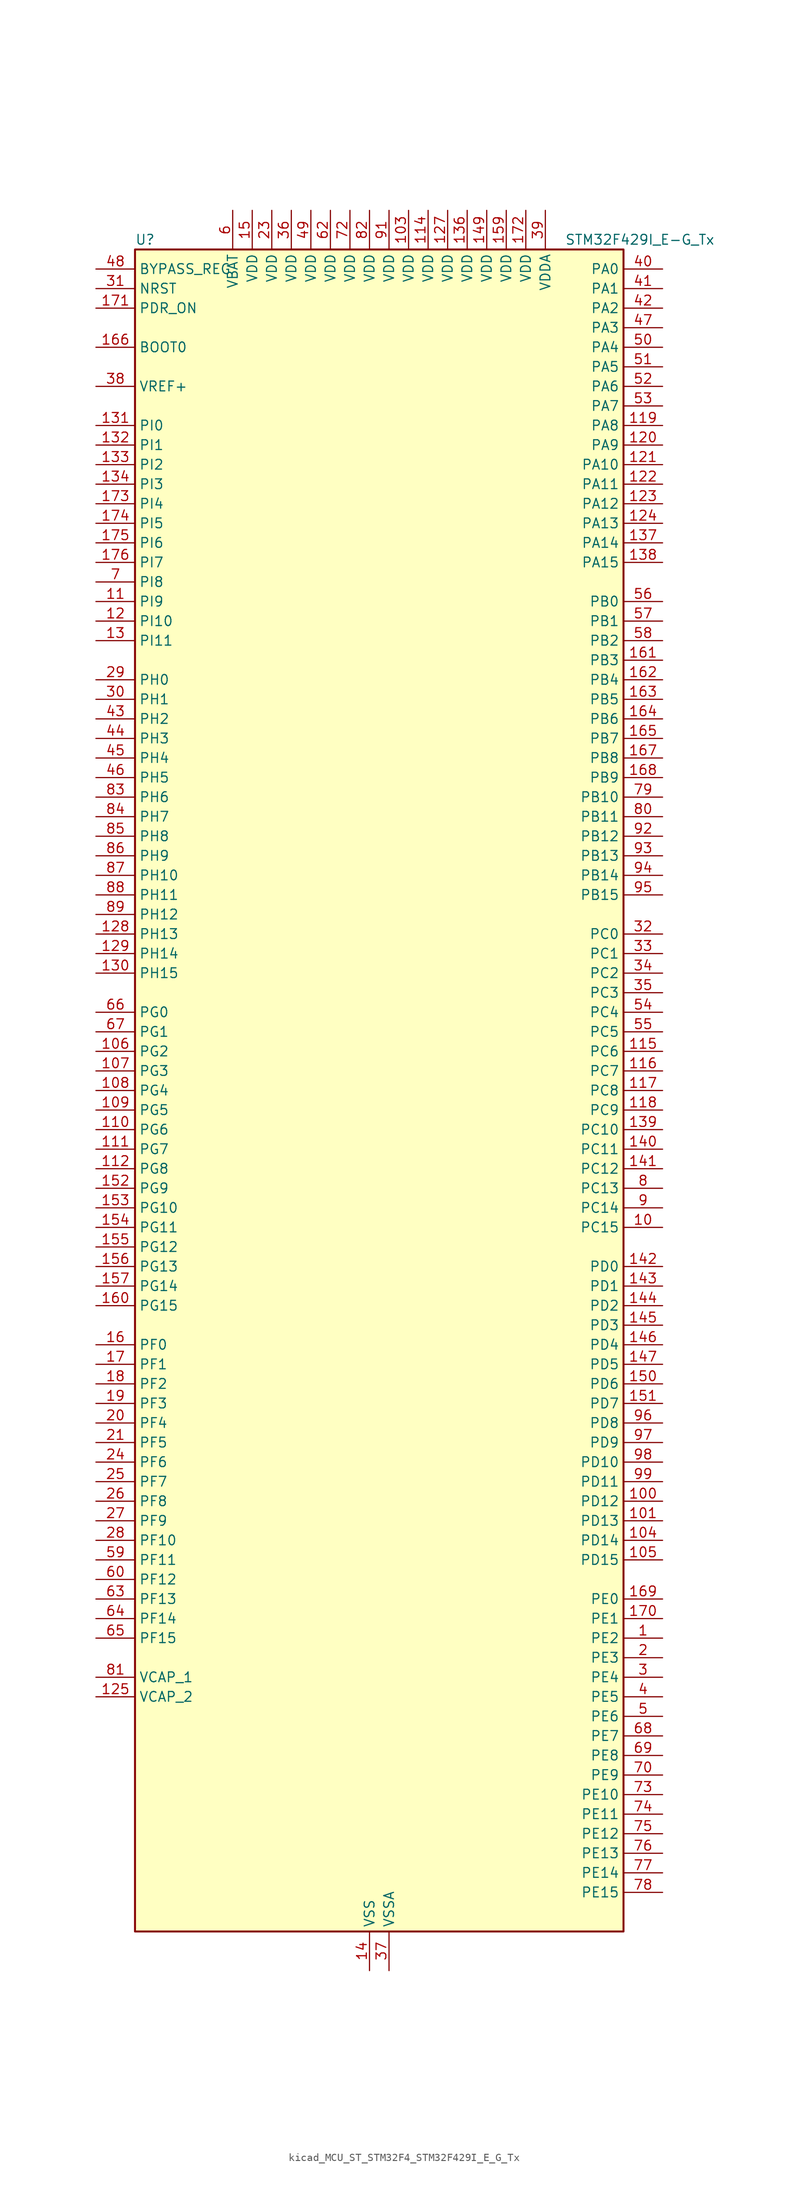
<source format=kicad_sym>
(kicad_symbol_lib
  (version 20220914)
  (generator kicad_symbol_editor)
  (symbol "kicad_MCU_ST_STM32F4_STM32F429I_E_G_Tx"
    (property "Reference" "U"
      (at -30.48 110.49 0)
      (effects (font (size 1.27 1.27)) (justify left)))
    (property "Value" "STM32F429I_E-G_Tx"
      (at 25.4 110.49 0)
      (effects (font (size 1.27 1.27)) (justify left)))
    (property "ki_locked" ""
      (at 0 0 0)
      (effects (font (size 1.27 1.27))))
    (symbol "kicad_MCU_ST_STM32F4_STM32F429I_E_G_Tx_0_1"
      (rectangle (start -30.48 -109.22) (end 33.02 109.22) (stroke (width 0.254) (type default)) (fill (type background))))
    (symbol "kicad_MCU_ST_STM32F4_STM32F429I_E_G_Tx_1_1"
      (pin bidirectional line (at 38.1 -71.12 180) (length 5.08) (name "PE2" (effects (font (size 1.27 1.27)))) (number "1" (effects (font (size 1.27 1.27)))) (alternate "ETH_TXD3" bidirectional line) (alternate "FMC_A23" bidirectional line) (alternate "SAI1_MCLK_A" bidirectional line) (alternate "SPI4_SCK" bidirectional line) (alternate "SYS_TRACECLK" bidirectional line))
      (pin bidirectional line (at 38.1 -17.78 180) (length 5.08) (name "PC15" (effects (font (size 1.27 1.27)))) (number "10" (effects (font (size 1.27 1.27)))) (alternate "ADC1_EXTI15" bidirectional line) (alternate "ADC2_EXTI15" bidirectional line) (alternate "ADC3_EXTI15" bidirectional line) (alternate "RCC_OSC32_OUT" bidirectional line))
      (pin bidirectional line (at 38.1 -53.34 180) (length 5.08) (name "PD12" (effects (font (size 1.27 1.27)))) (number "100" (effects (font (size 1.27 1.27)))) (alternate "FMC_A17" bidirectional line) (alternate "FMC_ALE" bidirectional line) (alternate "TIM4_CH1" bidirectional line) (alternate "USART3_RTS" bidirectional line))
      (pin bidirectional line (at 38.1 -55.88 180) (length 5.08) (name "PD13" (effects (font (size 1.27 1.27)))) (number "101" (effects (font (size 1.27 1.27)))) (alternate "FMC_A18" bidirectional line) (alternate "TIM4_CH2" bidirectional line))
      (pin passive line (at 0 -114.3 90) (length 5.08) hide (name "VSS" (effects (font (size 1.27 1.27)))) (number "102" (effects (font (size 1.27 1.27)))))
      (pin power_in line (at 5.08 114.3 270) (length 5.08) (name "VDD" (effects (font (size 1.27 1.27)))) (number "103" (effects (font (size 1.27 1.27)))))
      (pin bidirectional line (at 38.1 -58.42 180) (length 5.08) (name "PD14" (effects (font (size 1.27 1.27)))) (number "104" (effects (font (size 1.27 1.27)))) (alternate "FMC_D0" bidirectional line) (alternate "FMC_DA0" bidirectional line) (alternate "TIM4_CH3" bidirectional line))
      (pin bidirectional line (at 38.1 -60.96 180) (length 5.08) (name "PD15" (effects (font (size 1.27 1.27)))) (number "105" (effects (font (size 1.27 1.27)))) (alternate "ADC1_EXTI15" bidirectional line) (alternate "ADC2_EXTI15" bidirectional line) (alternate "ADC3_EXTI15" bidirectional line) (alternate "FMC_D1" bidirectional line) (alternate "FMC_DA1" bidirectional line) (alternate "TIM4_CH4" bidirectional line))
      (pin bidirectional line (at -35.56 5.08 0) (length 5.08) (name "PG2" (effects (font (size 1.27 1.27)))) (number "106" (effects (font (size 1.27 1.27)))) (alternate "FMC_A12" bidirectional line))
      (pin bidirectional line (at -35.56 2.54 0) (length 5.08) (name "PG3" (effects (font (size 1.27 1.27)))) (number "107" (effects (font (size 1.27 1.27)))) (alternate "FMC_A13" bidirectional line))
      (pin bidirectional line (at -35.56 0 0) (length 5.08) (name "PG4" (effects (font (size 1.27 1.27)))) (number "108" (effects (font (size 1.27 1.27)))) (alternate "FMC_A14" bidirectional line) (alternate "FMC_BA0" bidirectional line))
      (pin bidirectional line (at -35.56 -2.54 0) (length 5.08) (name "PG5" (effects (font (size 1.27 1.27)))) (number "109" (effects (font (size 1.27 1.27)))) (alternate "FMC_A15" bidirectional line) (alternate "FMC_BA1" bidirectional line))
      (pin bidirectional line (at -35.56 63.5 0) (length 5.08) (name "PI9" (effects (font (size 1.27 1.27)))) (number "11" (effects (font (size 1.27 1.27)))) (alternate "CAN1_RX" bidirectional line) (alternate "DAC_EXTI9" bidirectional line) (alternate "FMC_D30" bidirectional line) (alternate "LTDC_VSYNC" bidirectional line))
      (pin bidirectional line (at -35.56 -5.08 0) (length 5.08) (name "PG6" (effects (font (size 1.27 1.27)))) (number "110" (effects (font (size 1.27 1.27)))) (alternate "DCMI_D12" bidirectional line) (alternate "FMC_INT2" bidirectional line) (alternate "LTDC_R7" bidirectional line))
      (pin bidirectional line (at -35.56 -7.62 0) (length 5.08) (name "PG7" (effects (font (size 1.27 1.27)))) (number "111" (effects (font (size 1.27 1.27)))) (alternate "DCMI_D13" bidirectional line) (alternate "FMC_INT3" bidirectional line) (alternate "LTDC_CLK" bidirectional line) (alternate "USART6_CK" bidirectional line))
      (pin bidirectional line (at -35.56 -10.16 0) (length 5.08) (name "PG8" (effects (font (size 1.27 1.27)))) (number "112" (effects (font (size 1.27 1.27)))) (alternate "ETH_PPS_OUT" bidirectional line) (alternate "FMC_SDCLK" bidirectional line) (alternate "SPI6_NSS" bidirectional line) (alternate "USART6_RTS" bidirectional line))
      (pin passive line (at 0 -114.3 90) (length 5.08) hide (name "VSS" (effects (font (size 1.27 1.27)))) (number "113" (effects (font (size 1.27 1.27)))))
      (pin power_in line (at 7.62 114.3 270) (length 5.08) (name "VDD" (effects (font (size 1.27 1.27)))) (number "114" (effects (font (size 1.27 1.27)))))
      (pin bidirectional line (at 38.1 5.08 180) (length 5.08) (name "PC6" (effects (font (size 1.27 1.27)))) (number "115" (effects (font (size 1.27 1.27)))) (alternate "DCMI_D0" bidirectional line) (alternate "I2S2_MCK" bidirectional line) (alternate "LTDC_HSYNC" bidirectional line) (alternate "SDIO_D6" bidirectional line) (alternate "TIM3_CH1" bidirectional line) (alternate "TIM8_CH1" bidirectional line) (alternate "USART6_TX" bidirectional line))
      (pin bidirectional line (at 38.1 2.54 180) (length 5.08) (name "PC7" (effects (font (size 1.27 1.27)))) (number "116" (effects (font (size 1.27 1.27)))) (alternate "DCMI_D1" bidirectional line) (alternate "I2S3_MCK" bidirectional line) (alternate "LTDC_G6" bidirectional line) (alternate "SDIO_D7" bidirectional line) (alternate "TIM3_CH2" bidirectional line) (alternate "TIM8_CH2" bidirectional line) (alternate "USART6_RX" bidirectional line))
      (pin bidirectional line (at 38.1 0 180) (length 5.08) (name "PC8" (effects (font (size 1.27 1.27)))) (number "117" (effects (font (size 1.27 1.27)))) (alternate "DCMI_D2" bidirectional line) (alternate "SDIO_D0" bidirectional line) (alternate "TIM3_CH3" bidirectional line) (alternate "TIM8_CH3" bidirectional line) (alternate "USART6_CK" bidirectional line))
      (pin bidirectional line (at 38.1 -2.54 180) (length 5.08) (name "PC9" (effects (font (size 1.27 1.27)))) (number "118" (effects (font (size 1.27 1.27)))) (alternate "DAC_EXTI9" bidirectional line) (alternate "DCMI_D3" bidirectional line) (alternate "I2C3_SDA" bidirectional line) (alternate "I2S_CKIN" bidirectional line) (alternate "RCC_MCO_2" bidirectional line) (alternate "SDIO_D1" bidirectional line) (alternate "TIM3_CH4" bidirectional line) (alternate "TIM8_CH4" bidirectional line))
      (pin bidirectional line (at 38.1 86.36 180) (length 5.08) (name "PA8" (effects (font (size 1.27 1.27)))) (number "119" (effects (font (size 1.27 1.27)))) (alternate "I2C3_SCL" bidirectional line) (alternate "LTDC_R6" bidirectional line) (alternate "RCC_MCO_1" bidirectional line) (alternate "TIM1_CH1" bidirectional line) (alternate "USART1_CK" bidirectional line) (alternate "USB_OTG_FS_SOF" bidirectional line))
      (pin bidirectional line (at -35.56 60.96 0) (length 5.08) (name "PI10" (effects (font (size 1.27 1.27)))) (number "12" (effects (font (size 1.27 1.27)))) (alternate "ETH_RX_ER" bidirectional line) (alternate "FMC_D31" bidirectional line) (alternate "LTDC_HSYNC" bidirectional line))
      (pin bidirectional line (at 38.1 83.82 180) (length 5.08) (name "PA9" (effects (font (size 1.27 1.27)))) (number "120" (effects (font (size 1.27 1.27)))) (alternate "DAC_EXTI9" bidirectional line) (alternate "DCMI_D0" bidirectional line) (alternate "I2C3_SMBA" bidirectional line) (alternate "TIM1_CH2" bidirectional line) (alternate "USART1_TX" bidirectional line) (alternate "USB_OTG_FS_VBUS" bidirectional line))
      (pin bidirectional line (at 38.1 81.28 180) (length 5.08) (name "PA10" (effects (font (size 1.27 1.27)))) (number "121" (effects (font (size 1.27 1.27)))) (alternate "DCMI_D1" bidirectional line) (alternate "TIM1_CH3" bidirectional line) (alternate "USART1_RX" bidirectional line) (alternate "USB_OTG_FS_ID" bidirectional line))
      (pin bidirectional line (at 38.1 78.74 180) (length 5.08) (name "PA11" (effects (font (size 1.27 1.27)))) (number "122" (effects (font (size 1.27 1.27)))) (alternate "ADC1_EXTI11" bidirectional line) (alternate "ADC2_EXTI11" bidirectional line) (alternate "ADC3_EXTI11" bidirectional line) (alternate "CAN1_RX" bidirectional line) (alternate "LTDC_R4" bidirectional line) (alternate "TIM1_CH4" bidirectional line) (alternate "USART1_CTS" bidirectional line) (alternate "USB_OTG_FS_DM" bidirectional line))
      (pin bidirectional line (at 38.1 76.2 180) (length 5.08) (name "PA12" (effects (font (size 1.27 1.27)))) (number "123" (effects (font (size 1.27 1.27)))) (alternate "CAN1_TX" bidirectional line) (alternate "LTDC_R5" bidirectional line) (alternate "TIM1_ETR" bidirectional line) (alternate "USART1_RTS" bidirectional line) (alternate "USB_OTG_FS_DP" bidirectional line))
      (pin bidirectional line (at 38.1 73.66 180) (length 5.08) (name "PA13" (effects (font (size 1.27 1.27)))) (number "124" (effects (font (size 1.27 1.27)))) (alternate "SYS_JTMS-SWDIO" bidirectional line))
      (pin power_out line (at -35.56 -78.74 0) (length 5.08) (name "VCAP_2" (effects (font (size 1.27 1.27)))) (number "125" (effects (font (size 1.27 1.27)))))
      (pin passive line (at 0 -114.3 90) (length 5.08) hide (name "VSS" (effects (font (size 1.27 1.27)))) (number "126" (effects (font (size 1.27 1.27)))))
      (pin power_in line (at 10.16 114.3 270) (length 5.08) (name "VDD" (effects (font (size 1.27 1.27)))) (number "127" (effects (font (size 1.27 1.27)))))
      (pin bidirectional line (at -35.56 20.32 0) (length 5.08) (name "PH13" (effects (font (size 1.27 1.27)))) (number "128" (effects (font (size 1.27 1.27)))) (alternate "CAN1_TX" bidirectional line) (alternate "FMC_D21" bidirectional line) (alternate "LTDC_G2" bidirectional line) (alternate "TIM8_CH1N" bidirectional line))
      (pin bidirectional line (at -35.56 17.78 0) (length 5.08) (name "PH14" (effects (font (size 1.27 1.27)))) (number "129" (effects (font (size 1.27 1.27)))) (alternate "DCMI_D4" bidirectional line) (alternate "FMC_D22" bidirectional line) (alternate "LTDC_G3" bidirectional line) (alternate "TIM8_CH2N" bidirectional line))
      (pin bidirectional line (at -35.56 58.42 0) (length 5.08) (name "PI11" (effects (font (size 1.27 1.27)))) (number "13" (effects (font (size 1.27 1.27)))) (alternate "ADC1_EXTI11" bidirectional line) (alternate "ADC2_EXTI11" bidirectional line) (alternate "ADC3_EXTI11" bidirectional line) (alternate "USB_OTG_HS_ULPI_DIR" bidirectional line))
      (pin bidirectional line (at -35.56 15.24 0) (length 5.08) (name "PH15" (effects (font (size 1.27 1.27)))) (number "130" (effects (font (size 1.27 1.27)))) (alternate "ADC1_EXTI15" bidirectional line) (alternate "ADC2_EXTI15" bidirectional line) (alternate "ADC3_EXTI15" bidirectional line) (alternate "DCMI_D11" bidirectional line) (alternate "FMC_D23" bidirectional line) (alternate "LTDC_G4" bidirectional line) (alternate "TIM8_CH3N" bidirectional line))
      (pin bidirectional line (at -35.56 86.36 0) (length 5.08) (name "PI0" (effects (font (size 1.27 1.27)))) (number "131" (effects (font (size 1.27 1.27)))) (alternate "DCMI_D13" bidirectional line) (alternate "FMC_D24" bidirectional line) (alternate "I2S2_WS" bidirectional line) (alternate "LTDC_G5" bidirectional line) (alternate "SPI2_NSS" bidirectional line) (alternate "TIM5_CH4" bidirectional line))
      (pin bidirectional line (at -35.56 83.82 0) (length 5.08) (name "PI1" (effects (font (size 1.27 1.27)))) (number "132" (effects (font (size 1.27 1.27)))) (alternate "DCMI_D8" bidirectional line) (alternate "FMC_D25" bidirectional line) (alternate "I2S2_CK" bidirectional line) (alternate "LTDC_G6" bidirectional line) (alternate "SPI2_SCK" bidirectional line))
      (pin bidirectional line (at -35.56 81.28 0) (length 5.08) (name "PI2" (effects (font (size 1.27 1.27)))) (number "133" (effects (font (size 1.27 1.27)))) (alternate "DCMI_D9" bidirectional line) (alternate "FMC_D26" bidirectional line) (alternate "I2S2_ext_SD" bidirectional line) (alternate "LTDC_G7" bidirectional line) (alternate "SPI2_MISO" bidirectional line) (alternate "TIM8_CH4" bidirectional line))
      (pin bidirectional line (at -35.56 78.74 0) (length 5.08) (name "PI3" (effects (font (size 1.27 1.27)))) (number "134" (effects (font (size 1.27 1.27)))) (alternate "DCMI_D10" bidirectional line) (alternate "FMC_D27" bidirectional line) (alternate "I2S2_SD" bidirectional line) (alternate "SPI2_MOSI" bidirectional line) (alternate "TIM8_ETR" bidirectional line))
      (pin passive line (at 0 -114.3 90) (length 5.08) hide (name "VSS" (effects (font (size 1.27 1.27)))) (number "135" (effects (font (size 1.27 1.27)))))
      (pin power_in line (at 12.7 114.3 270) (length 5.08) (name "VDD" (effects (font (size 1.27 1.27)))) (number "136" (effects (font (size 1.27 1.27)))))
      (pin bidirectional line (at 38.1 71.12 180) (length 5.08) (name "PA14" (effects (font (size 1.27 1.27)))) (number "137" (effects (font (size 1.27 1.27)))) (alternate "SYS_JTCK-SWCLK" bidirectional line))
      (pin bidirectional line (at 38.1 68.58 180) (length 5.08) (name "PA15" (effects (font (size 1.27 1.27)))) (number "138" (effects (font (size 1.27 1.27)))) (alternate "ADC1_EXTI15" bidirectional line) (alternate "ADC2_EXTI15" bidirectional line) (alternate "ADC3_EXTI15" bidirectional line) (alternate "I2S3_WS" bidirectional line) (alternate "SPI1_NSS" bidirectional line) (alternate "SPI3_NSS" bidirectional line) (alternate "SYS_JTDI" bidirectional line) (alternate "TIM2_CH1" bidirectional line) (alternate "TIM2_ETR" bidirectional line))
      (pin bidirectional line (at 38.1 -5.08 180) (length 5.08) (name "PC10" (effects (font (size 1.27 1.27)))) (number "139" (effects (font (size 1.27 1.27)))) (alternate "DCMI_D8" bidirectional line) (alternate "I2S3_CK" bidirectional line) (alternate "LTDC_R2" bidirectional line) (alternate "SDIO_D2" bidirectional line) (alternate "SPI3_SCK" bidirectional line) (alternate "UART4_TX" bidirectional line) (alternate "USART3_TX" bidirectional line))
      (pin power_in line (at 0 -114.3 90) (length 5.08) (name "VSS" (effects (font (size 1.27 1.27)))) (number "14" (effects (font (size 1.27 1.27)))))
      (pin bidirectional line (at 38.1 -7.62 180) (length 5.08) (name "PC11" (effects (font (size 1.27 1.27)))) (number "140" (effects (font (size 1.27 1.27)))) (alternate "ADC1_EXTI11" bidirectional line) (alternate "ADC2_EXTI11" bidirectional line) (alternate "ADC3_EXTI11" bidirectional line) (alternate "DCMI_D4" bidirectional line) (alternate "I2S3_ext_SD" bidirectional line) (alternate "SDIO_D3" bidirectional line) (alternate "SPI3_MISO" bidirectional line) (alternate "UART4_RX" bidirectional line) (alternate "USART3_RX" bidirectional line))
      (pin bidirectional line (at 38.1 -10.16 180) (length 5.08) (name "PC12" (effects (font (size 1.27 1.27)))) (number "141" (effects (font (size 1.27 1.27)))) (alternate "DCMI_D9" bidirectional line) (alternate "I2S3_SD" bidirectional line) (alternate "SDIO_CK" bidirectional line) (alternate "SPI3_MOSI" bidirectional line) (alternate "UART5_TX" bidirectional line) (alternate "USART3_CK" bidirectional line))
      (pin bidirectional line (at 38.1 -22.86 180) (length 5.08) (name "PD0" (effects (font (size 1.27 1.27)))) (number "142" (effects (font (size 1.27 1.27)))) (alternate "CAN1_RX" bidirectional line) (alternate "FMC_D2" bidirectional line) (alternate "FMC_DA2" bidirectional line))
      (pin bidirectional line (at 38.1 -25.4 180) (length 5.08) (name "PD1" (effects (font (size 1.27 1.27)))) (number "143" (effects (font (size 1.27 1.27)))) (alternate "CAN1_TX" bidirectional line) (alternate "FMC_D3" bidirectional line) (alternate "FMC_DA3" bidirectional line))
      (pin bidirectional line (at 38.1 -27.94 180) (length 5.08) (name "PD2" (effects (font (size 1.27 1.27)))) (number "144" (effects (font (size 1.27 1.27)))) (alternate "DCMI_D11" bidirectional line) (alternate "SDIO_CMD" bidirectional line) (alternate "TIM3_ETR" bidirectional line) (alternate "UART5_RX" bidirectional line))
      (pin bidirectional line (at 38.1 -30.48 180) (length 5.08) (name "PD3" (effects (font (size 1.27 1.27)))) (number "145" (effects (font (size 1.27 1.27)))) (alternate "DCMI_D5" bidirectional line) (alternate "FMC_CLK" bidirectional line) (alternate "I2S2_CK" bidirectional line) (alternate "LTDC_G7" bidirectional line) (alternate "SPI2_SCK" bidirectional line) (alternate "USART2_CTS" bidirectional line))
      (pin bidirectional line (at 38.1 -33.02 180) (length 5.08) (name "PD4" (effects (font (size 1.27 1.27)))) (number "146" (effects (font (size 1.27 1.27)))) (alternate "FMC_NOE" bidirectional line) (alternate "USART2_RTS" bidirectional line))
      (pin bidirectional line (at 38.1 -35.56 180) (length 5.08) (name "PD5" (effects (font (size 1.27 1.27)))) (number "147" (effects (font (size 1.27 1.27)))) (alternate "FMC_NWE" bidirectional line) (alternate "USART2_TX" bidirectional line))
      (pin passive line (at 0 -114.3 90) (length 5.08) hide (name "VSS" (effects (font (size 1.27 1.27)))) (number "148" (effects (font (size 1.27 1.27)))))
      (pin power_in line (at 15.24 114.3 270) (length 5.08) (name "VDD" (effects (font (size 1.27 1.27)))) (number "149" (effects (font (size 1.27 1.27)))))
      (pin power_in line (at -15.24 114.3 270) (length 5.08) (name "VDD" (effects (font (size 1.27 1.27)))) (number "15" (effects (font (size 1.27 1.27)))))
      (pin bidirectional line (at 38.1 -38.1 180) (length 5.08) (name "PD6" (effects (font (size 1.27 1.27)))) (number "150" (effects (font (size 1.27 1.27)))) (alternate "DCMI_D10" bidirectional line) (alternate "FMC_NWAIT" bidirectional line) (alternate "I2S3_SD" bidirectional line) (alternate "LTDC_B2" bidirectional line) (alternate "SAI1_SD_A" bidirectional line) (alternate "SPI3_MOSI" bidirectional line) (alternate "USART2_RX" bidirectional line))
      (pin bidirectional line (at 38.1 -40.64 180) (length 5.08) (name "PD7" (effects (font (size 1.27 1.27)))) (number "151" (effects (font (size 1.27 1.27)))) (alternate "FMC_NCE2" bidirectional line) (alternate "FMC_NE1" bidirectional line) (alternate "USART2_CK" bidirectional line))
      (pin bidirectional line (at -35.56 -12.7 0) (length 5.08) (name "PG9" (effects (font (size 1.27 1.27)))) (number "152" (effects (font (size 1.27 1.27)))) (alternate "DAC_EXTI9" bidirectional line) (alternate "DCMI_VSYNC" bidirectional line) (alternate "FMC_NCE3" bidirectional line) (alternate "FMC_NE2" bidirectional line) (alternate "USART6_RX" bidirectional line))
      (pin bidirectional line (at -35.56 -15.24 0) (length 5.08) (name "PG10" (effects (font (size 1.27 1.27)))) (number "153" (effects (font (size 1.27 1.27)))) (alternate "DCMI_D2" bidirectional line) (alternate "FMC_NCE4_1" bidirectional line) (alternate "FMC_NE3" bidirectional line) (alternate "LTDC_B2" bidirectional line) (alternate "LTDC_G3" bidirectional line))
      (pin bidirectional line (at -35.56 -17.78 0) (length 5.08) (name "PG11" (effects (font (size 1.27 1.27)))) (number "154" (effects (font (size 1.27 1.27)))) (alternate "ADC1_EXTI11" bidirectional line) (alternate "ADC2_EXTI11" bidirectional line) (alternate "ADC3_EXTI11" bidirectional line) (alternate "DCMI_D3" bidirectional line) (alternate "ETH_TX_EN" bidirectional line) (alternate "FMC_NCE4_2" bidirectional line) (alternate "LTDC_B3" bidirectional line))
      (pin bidirectional line (at -35.56 -20.32 0) (length 5.08) (name "PG12" (effects (font (size 1.27 1.27)))) (number "155" (effects (font (size 1.27 1.27)))) (alternate "FMC_NE4" bidirectional line) (alternate "LTDC_B1" bidirectional line) (alternate "LTDC_B4" bidirectional line) (alternate "SPI6_MISO" bidirectional line) (alternate "USART6_RTS" bidirectional line))
      (pin bidirectional line (at -35.56 -22.86 0) (length 5.08) (name "PG13" (effects (font (size 1.27 1.27)))) (number "156" (effects (font (size 1.27 1.27)))) (alternate "ETH_TXD0" bidirectional line) (alternate "FMC_A24" bidirectional line) (alternate "SPI6_SCK" bidirectional line) (alternate "USART6_CTS" bidirectional line))
      (pin bidirectional line (at -35.56 -25.4 0) (length 5.08) (name "PG14" (effects (font (size 1.27 1.27)))) (number "157" (effects (font (size 1.27 1.27)))) (alternate "ETH_TXD1" bidirectional line) (alternate "FMC_A25" bidirectional line) (alternate "SPI6_MOSI" bidirectional line) (alternate "USART6_TX" bidirectional line))
      (pin passive line (at 0 -114.3 90) (length 5.08) hide (name "VSS" (effects (font (size 1.27 1.27)))) (number "158" (effects (font (size 1.27 1.27)))))
      (pin power_in line (at 17.78 114.3 270) (length 5.08) (name "VDD" (effects (font (size 1.27 1.27)))) (number "159" (effects (font (size 1.27 1.27)))))
      (pin bidirectional line (at -35.56 -33.02 0) (length 5.08) (name "PF0" (effects (font (size 1.27 1.27)))) (number "16" (effects (font (size 1.27 1.27)))) (alternate "FMC_A0" bidirectional line) (alternate "I2C2_SDA" bidirectional line))
      (pin bidirectional line (at -35.56 -27.94 0) (length 5.08) (name "PG15" (effects (font (size 1.27 1.27)))) (number "160" (effects (font (size 1.27 1.27)))) (alternate "ADC1_EXTI15" bidirectional line) (alternate "ADC2_EXTI15" bidirectional line) (alternate "ADC3_EXTI15" bidirectional line) (alternate "DCMI_D13" bidirectional line) (alternate "FMC_SDNCAS" bidirectional line) (alternate "USART6_CTS" bidirectional line))
      (pin bidirectional line (at 38.1 55.88 180) (length 5.08) (name "PB3" (effects (font (size 1.27 1.27)))) (number "161" (effects (font (size 1.27 1.27)))) (alternate "I2S3_CK" bidirectional line) (alternate "SPI1_SCK" bidirectional line) (alternate "SPI3_SCK" bidirectional line) (alternate "SYS_JTDO-SWO" bidirectional line) (alternate "TIM2_CH2" bidirectional line))
      (pin bidirectional line (at 38.1 53.34 180) (length 5.08) (name "PB4" (effects (font (size 1.27 1.27)))) (number "162" (effects (font (size 1.27 1.27)))) (alternate "I2S3_ext_SD" bidirectional line) (alternate "SPI1_MISO" bidirectional line) (alternate "SPI3_MISO" bidirectional line) (alternate "SYS_JTRST" bidirectional line) (alternate "TIM3_CH1" bidirectional line))
      (pin bidirectional line (at 38.1 50.8 180) (length 5.08) (name "PB5" (effects (font (size 1.27 1.27)))) (number "163" (effects (font (size 1.27 1.27)))) (alternate "CAN2_RX" bidirectional line) (alternate "DCMI_D10" bidirectional line) (alternate "ETH_PPS_OUT" bidirectional line) (alternate "FMC_SDCKE1" bidirectional line) (alternate "I2C1_SMBA" bidirectional line) (alternate "I2S3_SD" bidirectional line) (alternate "SPI1_MOSI" bidirectional line) (alternate "SPI3_MOSI" bidirectional line) (alternate "TIM3_CH2" bidirectional line) (alternate "USB_OTG_HS_ULPI_D7" bidirectional line))
      (pin bidirectional line (at 38.1 48.26 180) (length 5.08) (name "PB6" (effects (font (size 1.27 1.27)))) (number "164" (effects (font (size 1.27 1.27)))) (alternate "CAN2_TX" bidirectional line) (alternate "DCMI_D5" bidirectional line) (alternate "FMC_SDNE1" bidirectional line) (alternate "I2C1_SCL" bidirectional line) (alternate "TIM4_CH1" bidirectional line) (alternate "USART1_TX" bidirectional line))
      (pin bidirectional line (at 38.1 45.72 180) (length 5.08) (name "PB7" (effects (font (size 1.27 1.27)))) (number "165" (effects (font (size 1.27 1.27)))) (alternate "DCMI_VSYNC" bidirectional line) (alternate "FMC_NL" bidirectional line) (alternate "I2C1_SDA" bidirectional line) (alternate "TIM4_CH2" bidirectional line) (alternate "USART1_RX" bidirectional line))
      (pin input line (at -35.56 96.52 0) (length 5.08) (name "BOOT0" (effects (font (size 1.27 1.27)))) (number "166" (effects (font (size 1.27 1.27)))))
      (pin bidirectional line (at 38.1 43.18 180) (length 5.08) (name "PB8" (effects (font (size 1.27 1.27)))) (number "167" (effects (font (size 1.27 1.27)))) (alternate "CAN1_RX" bidirectional line) (alternate "DCMI_D6" bidirectional line) (alternate "ETH_TXD3" bidirectional line) (alternate "I2C1_SCL" bidirectional line) (alternate "LTDC_B6" bidirectional line) (alternate "SDIO_D4" bidirectional line) (alternate "TIM10_CH1" bidirectional line) (alternate "TIM4_CH3" bidirectional line))
      (pin bidirectional line (at 38.1 40.64 180) (length 5.08) (name "PB9" (effects (font (size 1.27 1.27)))) (number "168" (effects (font (size 1.27 1.27)))) (alternate "CAN1_TX" bidirectional line) (alternate "DAC_EXTI9" bidirectional line) (alternate "DCMI_D7" bidirectional line) (alternate "I2C1_SDA" bidirectional line) (alternate "I2S2_WS" bidirectional line) (alternate "LTDC_B7" bidirectional line) (alternate "SDIO_D5" bidirectional line) (alternate "SPI2_NSS" bidirectional line) (alternate "TIM11_CH1" bidirectional line) (alternate "TIM4_CH4" bidirectional line))
      (pin bidirectional line (at 38.1 -66.04 180) (length 5.08) (name "PE0" (effects (font (size 1.27 1.27)))) (number "169" (effects (font (size 1.27 1.27)))) (alternate "DCMI_D2" bidirectional line) (alternate "FMC_NBL0" bidirectional line) (alternate "TIM4_ETR" bidirectional line) (alternate "UART8_RX" bidirectional line))
      (pin bidirectional line (at -35.56 -35.56 0) (length 5.08) (name "PF1" (effects (font (size 1.27 1.27)))) (number "17" (effects (font (size 1.27 1.27)))) (alternate "FMC_A1" bidirectional line) (alternate "I2C2_SCL" bidirectional line))
      (pin bidirectional line (at 38.1 -68.58 180) (length 5.08) (name "PE1" (effects (font (size 1.27 1.27)))) (number "170" (effects (font (size 1.27 1.27)))) (alternate "DCMI_D3" bidirectional line) (alternate "FMC_NBL1" bidirectional line) (alternate "UART8_TX" bidirectional line))
      (pin input line (at -35.56 101.6 0) (length 5.08) (name "PDR_ON" (effects (font (size 1.27 1.27)))) (number "171" (effects (font (size 1.27 1.27)))))
      (pin power_in line (at 20.32 114.3 270) (length 5.08) (name "VDD" (effects (font (size 1.27 1.27)))) (number "172" (effects (font (size 1.27 1.27)))))
      (pin bidirectional line (at -35.56 76.2 0) (length 5.08) (name "PI4" (effects (font (size 1.27 1.27)))) (number "173" (effects (font (size 1.27 1.27)))) (alternate "DCMI_D5" bidirectional line) (alternate "FMC_NBL2" bidirectional line) (alternate "LTDC_B4" bidirectional line) (alternate "TIM8_BKIN" bidirectional line))
      (pin bidirectional line (at -35.56 73.66 0) (length 5.08) (name "PI5" (effects (font (size 1.27 1.27)))) (number "174" (effects (font (size 1.27 1.27)))) (alternate "DCMI_VSYNC" bidirectional line) (alternate "FMC_NBL3" bidirectional line) (alternate "LTDC_B5" bidirectional line) (alternate "TIM8_CH1" bidirectional line))
      (pin bidirectional line (at -35.56 71.12 0) (length 5.08) (name "PI6" (effects (font (size 1.27 1.27)))) (number "175" (effects (font (size 1.27 1.27)))) (alternate "DCMI_D6" bidirectional line) (alternate "FMC_D28" bidirectional line) (alternate "LTDC_B6" bidirectional line) (alternate "TIM8_CH2" bidirectional line))
      (pin bidirectional line (at -35.56 68.58 0) (length 5.08) (name "PI7" (effects (font (size 1.27 1.27)))) (number "176" (effects (font (size 1.27 1.27)))) (alternate "DCMI_D7" bidirectional line) (alternate "FMC_D29" bidirectional line) (alternate "LTDC_B7" bidirectional line) (alternate "TIM8_CH3" bidirectional line))
      (pin bidirectional line (at -35.56 -38.1 0) (length 5.08) (name "PF2" (effects (font (size 1.27 1.27)))) (number "18" (effects (font (size 1.27 1.27)))) (alternate "FMC_A2" bidirectional line) (alternate "I2C2_SMBA" bidirectional line))
      (pin bidirectional line (at -35.56 -40.64 0) (length 5.08) (name "PF3" (effects (font (size 1.27 1.27)))) (number "19" (effects (font (size 1.27 1.27)))) (alternate "ADC3_IN9" bidirectional line) (alternate "FMC_A3" bidirectional line))
      (pin bidirectional line (at 38.1 -73.66 180) (length 5.08) (name "PE3" (effects (font (size 1.27 1.27)))) (number "2" (effects (font (size 1.27 1.27)))) (alternate "FMC_A19" bidirectional line) (alternate "SAI1_SD_B" bidirectional line) (alternate "SYS_TRACED0" bidirectional line))
      (pin bidirectional line (at -35.56 -43.18 0) (length 5.08) (name "PF4" (effects (font (size 1.27 1.27)))) (number "20" (effects (font (size 1.27 1.27)))) (alternate "ADC3_IN14" bidirectional line) (alternate "FMC_A4" bidirectional line))
      (pin bidirectional line (at -35.56 -45.72 0) (length 5.08) (name "PF5" (effects (font (size 1.27 1.27)))) (number "21" (effects (font (size 1.27 1.27)))) (alternate "ADC3_IN15" bidirectional line) (alternate "FMC_A5" bidirectional line))
      (pin passive line (at 0 -114.3 90) (length 5.08) hide (name "VSS" (effects (font (size 1.27 1.27)))) (number "22" (effects (font (size 1.27 1.27)))))
      (pin power_in line (at -12.7 114.3 270) (length 5.08) (name "VDD" (effects (font (size 1.27 1.27)))) (number "23" (effects (font (size 1.27 1.27)))))
      (pin bidirectional line (at -35.56 -48.26 0) (length 5.08) (name "PF6" (effects (font (size 1.27 1.27)))) (number "24" (effects (font (size 1.27 1.27)))) (alternate "ADC3_IN4" bidirectional line) (alternate "FMC_NIORD" bidirectional line) (alternate "SAI1_SD_B" bidirectional line) (alternate "SPI5_NSS" bidirectional line) (alternate "TIM10_CH1" bidirectional line) (alternate "UART7_RX" bidirectional line))
      (pin bidirectional line (at -35.56 -50.8 0) (length 5.08) (name "PF7" (effects (font (size 1.27 1.27)))) (number "25" (effects (font (size 1.27 1.27)))) (alternate "ADC3_IN5" bidirectional line) (alternate "FMC_NREG" bidirectional line) (alternate "SAI1_MCLK_B" bidirectional line) (alternate "SPI5_SCK" bidirectional line) (alternate "TIM11_CH1" bidirectional line) (alternate "UART7_TX" bidirectional line))
      (pin bidirectional line (at -35.56 -53.34 0) (length 5.08) (name "PF8" (effects (font (size 1.27 1.27)))) (number "26" (effects (font (size 1.27 1.27)))) (alternate "ADC3_IN6" bidirectional line) (alternate "FMC_NIOWR" bidirectional line) (alternate "SAI1_SCK_B" bidirectional line) (alternate "SPI5_MISO" bidirectional line) (alternate "TIM13_CH1" bidirectional line))
      (pin bidirectional line (at -35.56 -55.88 0) (length 5.08) (name "PF9" (effects (font (size 1.27 1.27)))) (number "27" (effects (font (size 1.27 1.27)))) (alternate "ADC3_IN7" bidirectional line) (alternate "DAC_EXTI9" bidirectional line) (alternate "FMC_CD" bidirectional line) (alternate "SAI1_FS_B" bidirectional line) (alternate "SPI5_MOSI" bidirectional line) (alternate "TIM14_CH1" bidirectional line))
      (pin bidirectional line (at -35.56 -58.42 0) (length 5.08) (name "PF10" (effects (font (size 1.27 1.27)))) (number "28" (effects (font (size 1.27 1.27)))) (alternate "ADC3_IN8" bidirectional line) (alternate "DCMI_D11" bidirectional line) (alternate "FMC_INTR" bidirectional line) (alternate "LTDC_DE" bidirectional line))
      (pin bidirectional line (at -35.56 53.34 0) (length 5.08) (name "PH0" (effects (font (size 1.27 1.27)))) (number "29" (effects (font (size 1.27 1.27)))) (alternate "RCC_OSC_IN" bidirectional line))
      (pin bidirectional line (at 38.1 -76.2 180) (length 5.08) (name "PE4" (effects (font (size 1.27 1.27)))) (number "3" (effects (font (size 1.27 1.27)))) (alternate "DCMI_D4" bidirectional line) (alternate "FMC_A20" bidirectional line) (alternate "LTDC_B0" bidirectional line) (alternate "SAI1_FS_A" bidirectional line) (alternate "SPI4_NSS" bidirectional line) (alternate "SYS_TRACED1" bidirectional line))
      (pin bidirectional line (at -35.56 50.8 0) (length 5.08) (name "PH1" (effects (font (size 1.27 1.27)))) (number "30" (effects (font (size 1.27 1.27)))) (alternate "RCC_OSC_OUT" bidirectional line))
      (pin input line (at -35.56 104.14 0) (length 5.08) (name "NRST" (effects (font (size 1.27 1.27)))) (number "31" (effects (font (size 1.27 1.27)))))
      (pin bidirectional line (at 38.1 20.32 180) (length 5.08) (name "PC0" (effects (font (size 1.27 1.27)))) (number "32" (effects (font (size 1.27 1.27)))) (alternate "ADC1_IN10" bidirectional line) (alternate "ADC2_IN10" bidirectional line) (alternate "ADC3_IN10" bidirectional line) (alternate "FMC_SDNWE" bidirectional line) (alternate "USB_OTG_HS_ULPI_STP" bidirectional line))
      (pin bidirectional line (at 38.1 17.78 180) (length 5.08) (name "PC1" (effects (font (size 1.27 1.27)))) (number "33" (effects (font (size 1.27 1.27)))) (alternate "ADC1_IN11" bidirectional line) (alternate "ADC2_IN11" bidirectional line) (alternate "ADC3_IN11" bidirectional line) (alternate "ETH_MDC" bidirectional line))
      (pin bidirectional line (at 38.1 15.24 180) (length 5.08) (name "PC2" (effects (font (size 1.27 1.27)))) (number "34" (effects (font (size 1.27 1.27)))) (alternate "ADC1_IN12" bidirectional line) (alternate "ADC2_IN12" bidirectional line) (alternate "ADC3_IN12" bidirectional line) (alternate "ETH_TXD2" bidirectional line) (alternate "FMC_SDNE0" bidirectional line) (alternate "I2S2_ext_SD" bidirectional line) (alternate "SPI2_MISO" bidirectional line) (alternate "USB_OTG_HS_ULPI_DIR" bidirectional line))
      (pin bidirectional line (at 38.1 12.7 180) (length 5.08) (name "PC3" (effects (font (size 1.27 1.27)))) (number "35" (effects (font (size 1.27 1.27)))) (alternate "ADC1_IN13" bidirectional line) (alternate "ADC2_IN13" bidirectional line) (alternate "ADC3_IN13" bidirectional line) (alternate "ETH_TX_CLK" bidirectional line) (alternate "FMC_SDCKE0" bidirectional line) (alternate "I2S2_SD" bidirectional line) (alternate "SPI2_MOSI" bidirectional line) (alternate "USB_OTG_HS_ULPI_NXT" bidirectional line))
      (pin power_in line (at -10.16 114.3 270) (length 5.08) (name "VDD" (effects (font (size 1.27 1.27)))) (number "36" (effects (font (size 1.27 1.27)))))
      (pin power_in line (at 2.54 -114.3 90) (length 5.08) (name "VSSA" (effects (font (size 1.27 1.27)))) (number "37" (effects (font (size 1.27 1.27)))))
      (pin input line (at -35.56 91.44 0) (length 5.08) (name "VREF+" (effects (font (size 1.27 1.27)))) (number "38" (effects (font (size 1.27 1.27)))))
      (pin power_in line (at 22.86 114.3 270) (length 5.08) (name "VDDA" (effects (font (size 1.27 1.27)))) (number "39" (effects (font (size 1.27 1.27)))))
      (pin bidirectional line (at 38.1 -78.74 180) (length 5.08) (name "PE5" (effects (font (size 1.27 1.27)))) (number "4" (effects (font (size 1.27 1.27)))) (alternate "DCMI_D6" bidirectional line) (alternate "FMC_A21" bidirectional line) (alternate "LTDC_G0" bidirectional line) (alternate "SAI1_SCK_A" bidirectional line) (alternate "SPI4_MISO" bidirectional line) (alternate "SYS_TRACED2" bidirectional line) (alternate "TIM9_CH1" bidirectional line))
      (pin bidirectional line (at 38.1 106.68 180) (length 5.08) (name "PA0" (effects (font (size 1.27 1.27)))) (number "40" (effects (font (size 1.27 1.27)))) (alternate "ADC1_IN0" bidirectional line) (alternate "ADC2_IN0" bidirectional line) (alternate "ADC3_IN0" bidirectional line) (alternate "ETH_CRS" bidirectional line) (alternate "SYS_WKUP" bidirectional line) (alternate "TIM2_CH1" bidirectional line) (alternate "TIM2_ETR" bidirectional line) (alternate "TIM5_CH1" bidirectional line) (alternate "TIM8_ETR" bidirectional line) (alternate "UART4_TX" bidirectional line) (alternate "USART2_CTS" bidirectional line))
      (pin bidirectional line (at 38.1 104.14 180) (length 5.08) (name "PA1" (effects (font (size 1.27 1.27)))) (number "41" (effects (font (size 1.27 1.27)))) (alternate "ADC1_IN1" bidirectional line) (alternate "ADC2_IN1" bidirectional line) (alternate "ADC3_IN1" bidirectional line) (alternate "ETH_REF_CLK" bidirectional line) (alternate "ETH_RX_CLK" bidirectional line) (alternate "TIM2_CH2" bidirectional line) (alternate "TIM5_CH2" bidirectional line) (alternate "UART4_RX" bidirectional line) (alternate "USART2_RTS" bidirectional line))
      (pin bidirectional line (at 38.1 101.6 180) (length 5.08) (name "PA2" (effects (font (size 1.27 1.27)))) (number "42" (effects (font (size 1.27 1.27)))) (alternate "ADC1_IN2" bidirectional line) (alternate "ADC2_IN2" bidirectional line) (alternate "ADC3_IN2" bidirectional line) (alternate "ETH_MDIO" bidirectional line) (alternate "TIM2_CH3" bidirectional line) (alternate "TIM5_CH3" bidirectional line) (alternate "TIM9_CH1" bidirectional line) (alternate "USART2_TX" bidirectional line))
      (pin bidirectional line (at -35.56 48.26 0) (length 5.08) (name "PH2" (effects (font (size 1.27 1.27)))) (number "43" (effects (font (size 1.27 1.27)))) (alternate "ETH_CRS" bidirectional line) (alternate "FMC_SDCKE0" bidirectional line) (alternate "LTDC_R0" bidirectional line))
      (pin bidirectional line (at -35.56 45.72 0) (length 5.08) (name "PH3" (effects (font (size 1.27 1.27)))) (number "44" (effects (font (size 1.27 1.27)))) (alternate "ETH_COL" bidirectional line) (alternate "FMC_SDNE0" bidirectional line) (alternate "LTDC_R1" bidirectional line))
      (pin bidirectional line (at -35.56 43.18 0) (length 5.08) (name "PH4" (effects (font (size 1.27 1.27)))) (number "45" (effects (font (size 1.27 1.27)))) (alternate "I2C2_SCL" bidirectional line) (alternate "USB_OTG_HS_ULPI_NXT" bidirectional line))
      (pin bidirectional line (at -35.56 40.64 0) (length 5.08) (name "PH5" (effects (font (size 1.27 1.27)))) (number "46" (effects (font (size 1.27 1.27)))) (alternate "FMC_SDNWE" bidirectional line) (alternate "I2C2_SDA" bidirectional line) (alternate "SPI5_NSS" bidirectional line))
      (pin bidirectional line (at 38.1 99.06 180) (length 5.08) (name "PA3" (effects (font (size 1.27 1.27)))) (number "47" (effects (font (size 1.27 1.27)))) (alternate "ADC1_IN3" bidirectional line) (alternate "ADC2_IN3" bidirectional line) (alternate "ADC3_IN3" bidirectional line) (alternate "ETH_COL" bidirectional line) (alternate "LTDC_B5" bidirectional line) (alternate "TIM2_CH4" bidirectional line) (alternate "TIM5_CH4" bidirectional line) (alternate "TIM9_CH2" bidirectional line) (alternate "USART2_RX" bidirectional line) (alternate "USB_OTG_HS_ULPI_D0" bidirectional line))
      (pin input line (at -35.56 106.68 0) (length 5.08) (name "BYPASS_REG" (effects (font (size 1.27 1.27)))) (number "48" (effects (font (size 1.27 1.27)))))
      (pin power_in line (at -7.62 114.3 270) (length 5.08) (name "VDD" (effects (font (size 1.27 1.27)))) (number "49" (effects (font (size 1.27 1.27)))))
      (pin bidirectional line (at 38.1 -81.28 180) (length 5.08) (name "PE6" (effects (font (size 1.27 1.27)))) (number "5" (effects (font (size 1.27 1.27)))) (alternate "DCMI_D7" bidirectional line) (alternate "FMC_A22" bidirectional line) (alternate "LTDC_G1" bidirectional line) (alternate "SAI1_SD_A" bidirectional line) (alternate "SPI4_MOSI" bidirectional line) (alternate "SYS_TRACED3" bidirectional line) (alternate "TIM9_CH2" bidirectional line))
      (pin bidirectional line (at 38.1 96.52 180) (length 5.08) (name "PA4" (effects (font (size 1.27 1.27)))) (number "50" (effects (font (size 1.27 1.27)))) (alternate "ADC1_IN4" bidirectional line) (alternate "ADC2_IN4" bidirectional line) (alternate "DAC_OUT1" bidirectional line) (alternate "DCMI_HSYNC" bidirectional line) (alternate "I2S3_WS" bidirectional line) (alternate "LTDC_VSYNC" bidirectional line) (alternate "SPI1_NSS" bidirectional line) (alternate "SPI3_NSS" bidirectional line) (alternate "USART2_CK" bidirectional line) (alternate "USB_OTG_HS_SOF" bidirectional line))
      (pin bidirectional line (at 38.1 93.98 180) (length 5.08) (name "PA5" (effects (font (size 1.27 1.27)))) (number "51" (effects (font (size 1.27 1.27)))) (alternate "ADC1_IN5" bidirectional line) (alternate "ADC2_IN5" bidirectional line) (alternate "DAC_OUT2" bidirectional line) (alternate "SPI1_SCK" bidirectional line) (alternate "TIM2_CH1" bidirectional line) (alternate "TIM2_ETR" bidirectional line) (alternate "TIM8_CH1N" bidirectional line) (alternate "USB_OTG_HS_ULPI_CK" bidirectional line))
      (pin bidirectional line (at 38.1 91.44 180) (length 5.08) (name "PA6" (effects (font (size 1.27 1.27)))) (number "52" (effects (font (size 1.27 1.27)))) (alternate "ADC1_IN6" bidirectional line) (alternate "ADC2_IN6" bidirectional line) (alternate "DCMI_PIXCLK" bidirectional line) (alternate "LTDC_G2" bidirectional line) (alternate "SPI1_MISO" bidirectional line) (alternate "TIM13_CH1" bidirectional line) (alternate "TIM1_BKIN" bidirectional line) (alternate "TIM3_CH1" bidirectional line) (alternate "TIM8_BKIN" bidirectional line))
      (pin bidirectional line (at 38.1 88.9 180) (length 5.08) (name "PA7" (effects (font (size 1.27 1.27)))) (number "53" (effects (font (size 1.27 1.27)))) (alternate "ADC1_IN7" bidirectional line) (alternate "ADC2_IN7" bidirectional line) (alternate "ETH_CRS_DV" bidirectional line) (alternate "ETH_RX_DV" bidirectional line) (alternate "SPI1_MOSI" bidirectional line) (alternate "TIM14_CH1" bidirectional line) (alternate "TIM1_CH1N" bidirectional line) (alternate "TIM3_CH2" bidirectional line) (alternate "TIM8_CH1N" bidirectional line))
      (pin bidirectional line (at 38.1 10.16 180) (length 5.08) (name "PC4" (effects (font (size 1.27 1.27)))) (number "54" (effects (font (size 1.27 1.27)))) (alternate "ADC1_IN14" bidirectional line) (alternate "ADC2_IN14" bidirectional line) (alternate "ETH_RXD0" bidirectional line))
      (pin bidirectional line (at 38.1 7.62 180) (length 5.08) (name "PC5" (effects (font (size 1.27 1.27)))) (number "55" (effects (font (size 1.27 1.27)))) (alternate "ADC1_IN15" bidirectional line) (alternate "ADC2_IN15" bidirectional line) (alternate "ETH_RXD1" bidirectional line))
      (pin bidirectional line (at 38.1 63.5 180) (length 5.08) (name "PB0" (effects (font (size 1.27 1.27)))) (number "56" (effects (font (size 1.27 1.27)))) (alternate "ADC1_IN8" bidirectional line) (alternate "ADC2_IN8" bidirectional line) (alternate "ETH_RXD2" bidirectional line) (alternate "LTDC_R3" bidirectional line) (alternate "TIM1_CH2N" bidirectional line) (alternate "TIM3_CH3" bidirectional line) (alternate "TIM8_CH2N" bidirectional line) (alternate "USB_OTG_HS_ULPI_D1" bidirectional line))
      (pin bidirectional line (at 38.1 60.96 180) (length 5.08) (name "PB1" (effects (font (size 1.27 1.27)))) (number "57" (effects (font (size 1.27 1.27)))) (alternate "ADC1_IN9" bidirectional line) (alternate "ADC2_IN9" bidirectional line) (alternate "ETH_RXD3" bidirectional line) (alternate "LTDC_R6" bidirectional line) (alternate "TIM1_CH3N" bidirectional line) (alternate "TIM3_CH4" bidirectional line) (alternate "TIM8_CH3N" bidirectional line) (alternate "USB_OTG_HS_ULPI_D2" bidirectional line))
      (pin bidirectional line (at 38.1 58.42 180) (length 5.08) (name "PB2" (effects (font (size 1.27 1.27)))) (number "58" (effects (font (size 1.27 1.27)))))
      (pin bidirectional line (at -35.56 -60.96 0) (length 5.08) (name "PF11" (effects (font (size 1.27 1.27)))) (number "59" (effects (font (size 1.27 1.27)))) (alternate "ADC1_EXTI11" bidirectional line) (alternate "ADC2_EXTI11" bidirectional line) (alternate "ADC3_EXTI11" bidirectional line) (alternate "DCMI_D12" bidirectional line) (alternate "FMC_SDNRAS" bidirectional line) (alternate "SPI5_MOSI" bidirectional line))
      (pin power_in line (at -17.78 114.3 270) (length 5.08) (name "VBAT" (effects (font (size 1.27 1.27)))) (number "6" (effects (font (size 1.27 1.27)))))
      (pin bidirectional line (at -35.56 -63.5 0) (length 5.08) (name "PF12" (effects (font (size 1.27 1.27)))) (number "60" (effects (font (size 1.27 1.27)))) (alternate "FMC_A6" bidirectional line))
      (pin passive line (at 0 -114.3 90) (length 5.08) hide (name "VSS" (effects (font (size 1.27 1.27)))) (number "61" (effects (font (size 1.27 1.27)))))
      (pin power_in line (at -5.08 114.3 270) (length 5.08) (name "VDD" (effects (font (size 1.27 1.27)))) (number "62" (effects (font (size 1.27 1.27)))))
      (pin bidirectional line (at -35.56 -66.04 0) (length 5.08) (name "PF13" (effects (font (size 1.27 1.27)))) (number "63" (effects (font (size 1.27 1.27)))) (alternate "FMC_A7" bidirectional line))
      (pin bidirectional line (at -35.56 -68.58 0) (length 5.08) (name "PF14" (effects (font (size 1.27 1.27)))) (number "64" (effects (font (size 1.27 1.27)))) (alternate "FMC_A8" bidirectional line))
      (pin bidirectional line (at -35.56 -71.12 0) (length 5.08) (name "PF15" (effects (font (size 1.27 1.27)))) (number "65" (effects (font (size 1.27 1.27)))) (alternate "ADC1_EXTI15" bidirectional line) (alternate "ADC2_EXTI15" bidirectional line) (alternate "ADC3_EXTI15" bidirectional line) (alternate "FMC_A9" bidirectional line))
      (pin bidirectional line (at -35.56 10.16 0) (length 5.08) (name "PG0" (effects (font (size 1.27 1.27)))) (number "66" (effects (font (size 1.27 1.27)))) (alternate "FMC_A10" bidirectional line))
      (pin bidirectional line (at -35.56 7.62 0) (length 5.08) (name "PG1" (effects (font (size 1.27 1.27)))) (number "67" (effects (font (size 1.27 1.27)))) (alternate "FMC_A11" bidirectional line))
      (pin bidirectional line (at 38.1 -83.82 180) (length 5.08) (name "PE7" (effects (font (size 1.27 1.27)))) (number "68" (effects (font (size 1.27 1.27)))) (alternate "FMC_D4" bidirectional line) (alternate "FMC_DA4" bidirectional line) (alternate "TIM1_ETR" bidirectional line) (alternate "UART7_RX" bidirectional line))
      (pin bidirectional line (at 38.1 -86.36 180) (length 5.08) (name "PE8" (effects (font (size 1.27 1.27)))) (number "69" (effects (font (size 1.27 1.27)))) (alternate "FMC_D5" bidirectional line) (alternate "FMC_DA5" bidirectional line) (alternate "TIM1_CH1N" bidirectional line) (alternate "UART7_TX" bidirectional line))
      (pin bidirectional line (at -35.56 66.04 0) (length 5.08) (name "PI8" (effects (font (size 1.27 1.27)))) (number "7" (effects (font (size 1.27 1.27)))) (alternate "RTC_AF2" bidirectional line))
      (pin bidirectional line (at 38.1 -88.9 180) (length 5.08) (name "PE9" (effects (font (size 1.27 1.27)))) (number "70" (effects (font (size 1.27 1.27)))) (alternate "DAC_EXTI9" bidirectional line) (alternate "FMC_D6" bidirectional line) (alternate "FMC_DA6" bidirectional line) (alternate "TIM1_CH1" bidirectional line))
      (pin passive line (at 0 -114.3 90) (length 5.08) hide (name "VSS" (effects (font (size 1.27 1.27)))) (number "71" (effects (font (size 1.27 1.27)))))
      (pin power_in line (at -2.54 114.3 270) (length 5.08) (name "VDD" (effects (font (size 1.27 1.27)))) (number "72" (effects (font (size 1.27 1.27)))))
      (pin bidirectional line (at 38.1 -91.44 180) (length 5.08) (name "PE10" (effects (font (size 1.27 1.27)))) (number "73" (effects (font (size 1.27 1.27)))) (alternate "FMC_D7" bidirectional line) (alternate "FMC_DA7" bidirectional line) (alternate "TIM1_CH2N" bidirectional line))
      (pin bidirectional line (at 38.1 -93.98 180) (length 5.08) (name "PE11" (effects (font (size 1.27 1.27)))) (number "74" (effects (font (size 1.27 1.27)))) (alternate "ADC1_EXTI11" bidirectional line) (alternate "ADC2_EXTI11" bidirectional line) (alternate "ADC3_EXTI11" bidirectional line) (alternate "FMC_D8" bidirectional line) (alternate "FMC_DA8" bidirectional line) (alternate "LTDC_G3" bidirectional line) (alternate "SPI4_NSS" bidirectional line) (alternate "TIM1_CH2" bidirectional line))
      (pin bidirectional line (at 38.1 -96.52 180) (length 5.08) (name "PE12" (effects (font (size 1.27 1.27)))) (number "75" (effects (font (size 1.27 1.27)))) (alternate "FMC_D9" bidirectional line) (alternate "FMC_DA9" bidirectional line) (alternate "LTDC_B4" bidirectional line) (alternate "SPI4_SCK" bidirectional line) (alternate "TIM1_CH3N" bidirectional line))
      (pin bidirectional line (at 38.1 -99.06 180) (length 5.08) (name "PE13" (effects (font (size 1.27 1.27)))) (number "76" (effects (font (size 1.27 1.27)))) (alternate "FMC_D10" bidirectional line) (alternate "FMC_DA10" bidirectional line) (alternate "LTDC_DE" bidirectional line) (alternate "SPI4_MISO" bidirectional line) (alternate "TIM1_CH3" bidirectional line))
      (pin bidirectional line (at 38.1 -101.6 180) (length 5.08) (name "PE14" (effects (font (size 1.27 1.27)))) (number "77" (effects (font (size 1.27 1.27)))) (alternate "FMC_D11" bidirectional line) (alternate "FMC_DA11" bidirectional line) (alternate "LTDC_CLK" bidirectional line) (alternate "SPI4_MOSI" bidirectional line) (alternate "TIM1_CH4" bidirectional line))
      (pin bidirectional line (at 38.1 -104.14 180) (length 5.08) (name "PE15" (effects (font (size 1.27 1.27)))) (number "78" (effects (font (size 1.27 1.27)))) (alternate "ADC1_EXTI15" bidirectional line) (alternate "ADC2_EXTI15" bidirectional line) (alternate "ADC3_EXTI15" bidirectional line) (alternate "FMC_D12" bidirectional line) (alternate "FMC_DA12" bidirectional line) (alternate "LTDC_R7" bidirectional line) (alternate "TIM1_BKIN" bidirectional line))
      (pin bidirectional line (at 38.1 38.1 180) (length 5.08) (name "PB10" (effects (font (size 1.27 1.27)))) (number "79" (effects (font (size 1.27 1.27)))) (alternate "ETH_RX_ER" bidirectional line) (alternate "I2C2_SCL" bidirectional line) (alternate "I2S2_CK" bidirectional line) (alternate "LTDC_G4" bidirectional line) (alternate "SPI2_SCK" bidirectional line) (alternate "TIM2_CH3" bidirectional line) (alternate "USART3_TX" bidirectional line) (alternate "USB_OTG_HS_ULPI_D3" bidirectional line))
      (pin bidirectional line (at 38.1 -12.7 180) (length 5.08) (name "PC13" (effects (font (size 1.27 1.27)))) (number "8" (effects (font (size 1.27 1.27)))) (alternate "RTC_AF1" bidirectional line))
      (pin bidirectional line (at 38.1 35.56 180) (length 5.08) (name "PB11" (effects (font (size 1.27 1.27)))) (number "80" (effects (font (size 1.27 1.27)))) (alternate "ADC1_EXTI11" bidirectional line) (alternate "ADC2_EXTI11" bidirectional line) (alternate "ADC3_EXTI11" bidirectional line) (alternate "ETH_TX_EN" bidirectional line) (alternate "I2C2_SDA" bidirectional line) (alternate "LTDC_G5" bidirectional line) (alternate "TIM2_CH4" bidirectional line) (alternate "USART3_RX" bidirectional line) (alternate "USB_OTG_HS_ULPI_D4" bidirectional line))
      (pin power_out line (at -35.56 -76.2 0) (length 5.08) (name "VCAP_1" (effects (font (size 1.27 1.27)))) (number "81" (effects (font (size 1.27 1.27)))))
      (pin power_in line (at 0 114.3 270) (length 5.08) (name "VDD" (effects (font (size 1.27 1.27)))) (number "82" (effects (font (size 1.27 1.27)))))
      (pin bidirectional line (at -35.56 38.1 0) (length 5.08) (name "PH6" (effects (font (size 1.27 1.27)))) (number "83" (effects (font (size 1.27 1.27)))) (alternate "DCMI_D8" bidirectional line) (alternate "ETH_RXD2" bidirectional line) (alternate "FMC_SDNE1" bidirectional line) (alternate "I2C2_SMBA" bidirectional line) (alternate "SPI5_SCK" bidirectional line) (alternate "TIM12_CH1" bidirectional line))
      (pin bidirectional line (at -35.56 35.56 0) (length 5.08) (name "PH7" (effects (font (size 1.27 1.27)))) (number "84" (effects (font (size 1.27 1.27)))) (alternate "DCMI_D9" bidirectional line) (alternate "ETH_RXD3" bidirectional line) (alternate "FMC_SDCKE1" bidirectional line) (alternate "I2C3_SCL" bidirectional line) (alternate "SPI5_MISO" bidirectional line))
      (pin bidirectional line (at -35.56 33.02 0) (length 5.08) (name "PH8" (effects (font (size 1.27 1.27)))) (number "85" (effects (font (size 1.27 1.27)))) (alternate "DCMI_HSYNC" bidirectional line) (alternate "FMC_D16" bidirectional line) (alternate "I2C3_SDA" bidirectional line) (alternate "LTDC_R2" bidirectional line))
      (pin bidirectional line (at -35.56 30.48 0) (length 5.08) (name "PH9" (effects (font (size 1.27 1.27)))) (number "86" (effects (font (size 1.27 1.27)))) (alternate "DAC_EXTI9" bidirectional line) (alternate "DCMI_D0" bidirectional line) (alternate "FMC_D17" bidirectional line) (alternate "I2C3_SMBA" bidirectional line) (alternate "LTDC_R3" bidirectional line) (alternate "TIM12_CH2" bidirectional line))
      (pin bidirectional line (at -35.56 27.94 0) (length 5.08) (name "PH10" (effects (font (size 1.27 1.27)))) (number "87" (effects (font (size 1.27 1.27)))) (alternate "DCMI_D1" bidirectional line) (alternate "FMC_D18" bidirectional line) (alternate "LTDC_R4" bidirectional line) (alternate "TIM5_CH1" bidirectional line))
      (pin bidirectional line (at -35.56 25.4 0) (length 5.08) (name "PH11" (effects (font (size 1.27 1.27)))) (number "88" (effects (font (size 1.27 1.27)))) (alternate "ADC1_EXTI11" bidirectional line) (alternate "ADC2_EXTI11" bidirectional line) (alternate "ADC3_EXTI11" bidirectional line) (alternate "DCMI_D2" bidirectional line) (alternate "FMC_D19" bidirectional line) (alternate "LTDC_R5" bidirectional line) (alternate "TIM5_CH2" bidirectional line))
      (pin bidirectional line (at -35.56 22.86 0) (length 5.08) (name "PH12" (effects (font (size 1.27 1.27)))) (number "89" (effects (font (size 1.27 1.27)))) (alternate "DCMI_D3" bidirectional line) (alternate "FMC_D20" bidirectional line) (alternate "LTDC_R6" bidirectional line) (alternate "TIM5_CH3" bidirectional line))
      (pin bidirectional line (at 38.1 -15.24 180) (length 5.08) (name "PC14" (effects (font (size 1.27 1.27)))) (number "9" (effects (font (size 1.27 1.27)))) (alternate "RCC_OSC32_IN" bidirectional line))
      (pin passive line (at 0 -114.3 90) (length 5.08) hide (name "VSS" (effects (font (size 1.27 1.27)))) (number "90" (effects (font (size 1.27 1.27)))))
      (pin power_in line (at 2.54 114.3 270) (length 5.08) (name "VDD" (effects (font (size 1.27 1.27)))) (number "91" (effects (font (size 1.27 1.27)))))
      (pin bidirectional line (at 38.1 33.02 180) (length 5.08) (name "PB12" (effects (font (size 1.27 1.27)))) (number "92" (effects (font (size 1.27 1.27)))) (alternate "CAN2_RX" bidirectional line) (alternate "ETH_TXD0" bidirectional line) (alternate "I2C2_SMBA" bidirectional line) (alternate "I2S2_WS" bidirectional line) (alternate "SPI2_NSS" bidirectional line) (alternate "TIM1_BKIN" bidirectional line) (alternate "USART3_CK" bidirectional line) (alternate "USB_OTG_HS_ID" bidirectional line) (alternate "USB_OTG_HS_ULPI_D5" bidirectional line))
      (pin bidirectional line (at 38.1 30.48 180) (length 5.08) (name "PB13" (effects (font (size 1.27 1.27)))) (number "93" (effects (font (size 1.27 1.27)))) (alternate "CAN2_TX" bidirectional line) (alternate "ETH_TXD1" bidirectional line) (alternate "I2S2_CK" bidirectional line) (alternate "SPI2_SCK" bidirectional line) (alternate "TIM1_CH1N" bidirectional line) (alternate "USART3_CTS" bidirectional line) (alternate "USB_OTG_HS_ULPI_D6" bidirectional line) (alternate "USB_OTG_HS_VBUS" bidirectional line))
      (pin bidirectional line (at 38.1 27.94 180) (length 5.08) (name "PB14" (effects (font (size 1.27 1.27)))) (number "94" (effects (font (size 1.27 1.27)))) (alternate "I2S2_ext_SD" bidirectional line) (alternate "SPI2_MISO" bidirectional line) (alternate "TIM12_CH1" bidirectional line) (alternate "TIM1_CH2N" bidirectional line) (alternate "TIM8_CH2N" bidirectional line) (alternate "USART3_RTS" bidirectional line) (alternate "USB_OTG_HS_DM" bidirectional line))
      (pin bidirectional line (at 38.1 25.4 180) (length 5.08) (name "PB15" (effects (font (size 1.27 1.27)))) (number "95" (effects (font (size 1.27 1.27)))) (alternate "ADC1_EXTI15" bidirectional line) (alternate "ADC2_EXTI15" bidirectional line) (alternate "ADC3_EXTI15" bidirectional line) (alternate "I2S2_SD" bidirectional line) (alternate "RTC_REFIN" bidirectional line) (alternate "SPI2_MOSI" bidirectional line) (alternate "TIM12_CH2" bidirectional line) (alternate "TIM1_CH3N" bidirectional line) (alternate "TIM8_CH3N" bidirectional line) (alternate "USB_OTG_HS_DP" bidirectional line))
      (pin bidirectional line (at 38.1 -43.18 180) (length 5.08) (name "PD8" (effects (font (size 1.27 1.27)))) (number "96" (effects (font (size 1.27 1.27)))) (alternate "FMC_D13" bidirectional line) (alternate "FMC_DA13" bidirectional line) (alternate "USART3_TX" bidirectional line))
      (pin bidirectional line (at 38.1 -45.72 180) (length 5.08) (name "PD9" (effects (font (size 1.27 1.27)))) (number "97" (effects (font (size 1.27 1.27)))) (alternate "DAC_EXTI9" bidirectional line) (alternate "FMC_D14" bidirectional line) (alternate "FMC_DA14" bidirectional line) (alternate "USART3_RX" bidirectional line))
      (pin bidirectional line (at 38.1 -48.26 180) (length 5.08) (name "PD10" (effects (font (size 1.27 1.27)))) (number "98" (effects (font (size 1.27 1.27)))) (alternate "FMC_D15" bidirectional line) (alternate "FMC_DA15" bidirectional line) (alternate "LTDC_B3" bidirectional line) (alternate "USART3_CK" bidirectional line))
      (pin bidirectional line (at 38.1 -50.8 180) (length 5.08) (name "PD11" (effects (font (size 1.27 1.27)))) (number "99" (effects (font (size 1.27 1.27)))) (alternate "ADC1_EXTI11" bidirectional line) (alternate "ADC2_EXTI11" bidirectional line) (alternate "ADC3_EXTI11" bidirectional line) (alternate "FMC_A16" bidirectional line) (alternate "FMC_CLE" bidirectional line) (alternate "USART3_CTS" bidirectional line)))))
</source>
